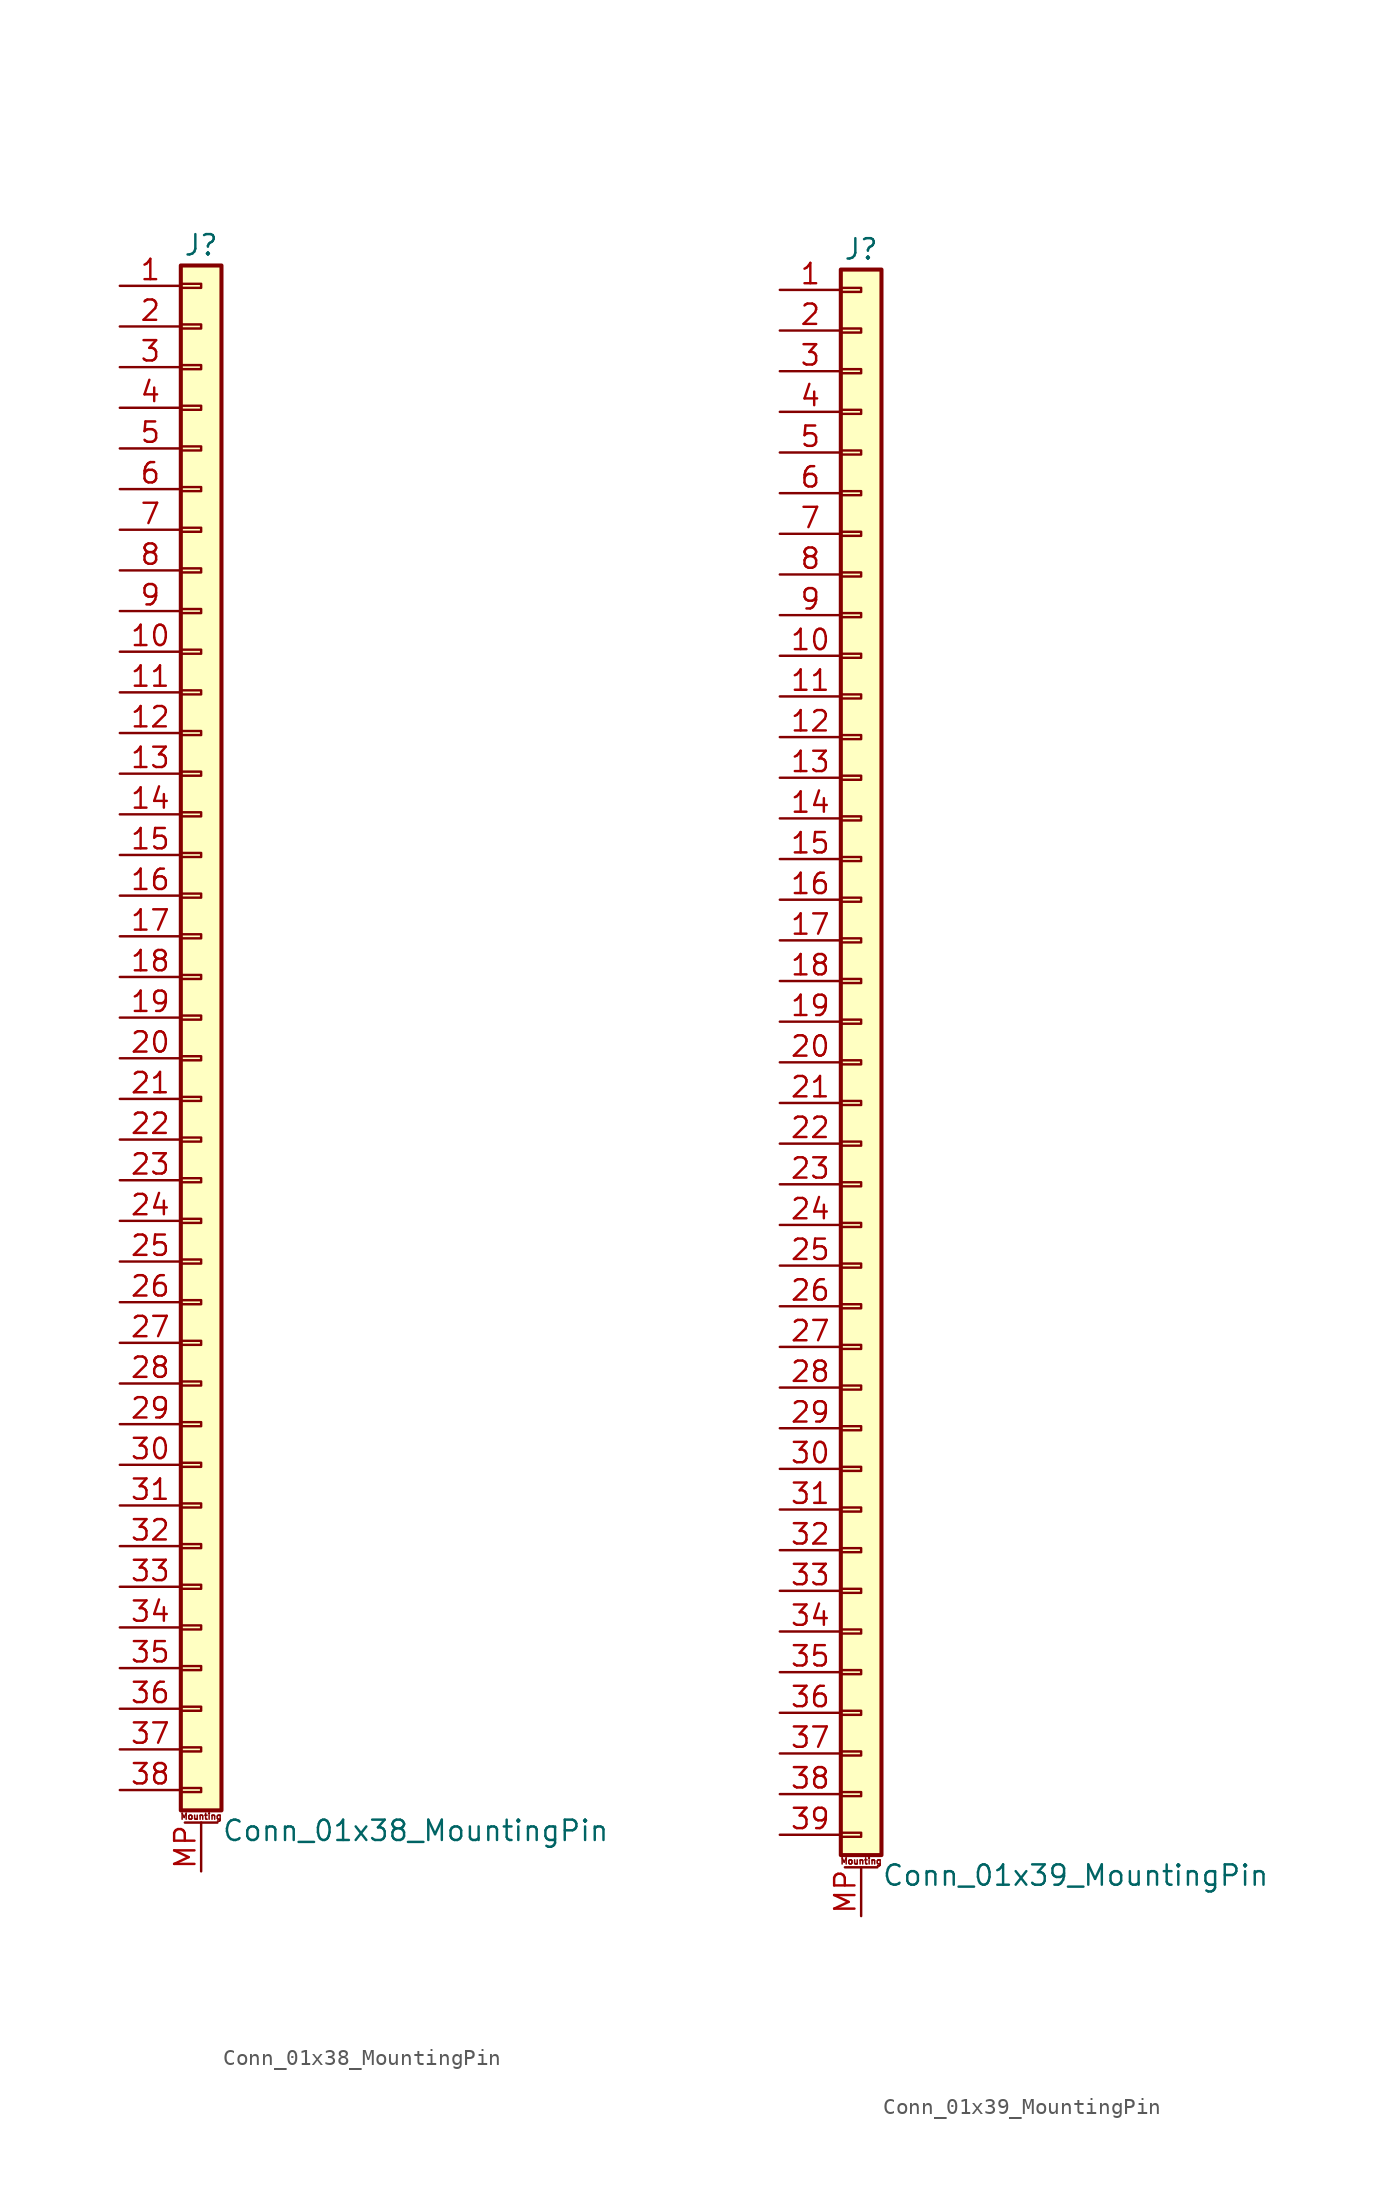
<source format=kicad_sym>
(kicad_symbol_lib
  (version 20201005)
  (generator kicad_symbol_editor)
  (symbol "Conn_01x38_MountingPin"
    (pin_names
      (offset 1.016) hide)
    (property "Reference" "J"
      (at 0 48.26 0)
      (effects (font (size 1.27 1.27))))
    (property "Value" "Conn_01x38_MountingPin"
      (at 1.27 -50.8 0)
      (effects (font (size 1.27 1.27)) (justify left)))
    (symbol "Conn_01x38_MountingPin_1_1"
      (text "Mounting" (at 0 -49.911 0) (effects (font (size 0.381 0.381))))
      (rectangle (start -1.27 -48.133) (end 0 -48.387) (stroke (width 0.152)) (fill (type none)))
      (rectangle (start -1.27 -45.593) (end 0 -45.847) (stroke (width 0.152)) (fill (type none)))
      (rectangle (start -1.27 -43.053) (end 0 -43.307) (stroke (width 0.152)) (fill (type none)))
      (rectangle (start -1.27 -40.513) (end 0 -40.767) (stroke (width 0.152)) (fill (type none)))
      (rectangle (start -1.27 -37.973) (end 0 -38.227) (stroke (width 0.152)) (fill (type none)))
      (rectangle (start -1.27 -35.433) (end 0 -35.687) (stroke (width 0.152)) (fill (type none)))
      (rectangle (start -1.27 -32.893) (end 0 -33.147) (stroke (width 0.152)) (fill (type none)))
      (rectangle (start -1.27 -30.353) (end 0 -30.607) (stroke (width 0.152)) (fill (type none)))
      (rectangle (start -1.27 -27.813) (end 0 -28.067) (stroke (width 0.152)) (fill (type none)))
      (rectangle (start -1.27 -25.273) (end 0 -25.527) (stroke (width 0.152)) (fill (type none)))
      (rectangle (start -1.27 -22.733) (end 0 -22.987) (stroke (width 0.152)) (fill (type none)))
      (rectangle (start -1.27 -20.193) (end 0 -20.447) (stroke (width 0.152)) (fill (type none)))
      (rectangle (start -1.27 -17.653) (end 0 -17.907) (stroke (width 0.152)) (fill (type none)))
      (rectangle (start -1.27 -15.113) (end 0 -15.367) (stroke (width 0.152)) (fill (type none)))
      (rectangle (start -1.27 -12.573) (end 0 -12.827) (stroke (width 0.152)) (fill (type none)))
      (rectangle (start -1.27 -10.033) (end 0 -10.287) (stroke (width 0.152)) (fill (type none)))
      (rectangle (start -1.27 -7.493) (end 0 -7.747) (stroke (width 0.152)) (fill (type none)))
      (rectangle (start -1.27 -4.953) (end 0 -5.207) (stroke (width 0.152)) (fill (type none)))
      (rectangle (start -1.27 -2.413) (end 0 -2.667) (stroke (width 0.152)) (fill (type none)))
      (rectangle (start -1.27 0.127) (end 0 -0.127) (stroke (width 0.152)) (fill (type none)))
      (rectangle (start -1.27 2.667) (end 0 2.413) (stroke (width 0.152)) (fill (type none)))
      (rectangle (start -1.27 5.207) (end 0 4.953) (stroke (width 0.152)) (fill (type none)))
      (rectangle (start -1.27 7.747) (end 0 7.493) (stroke (width 0.152)) (fill (type none)))
      (rectangle (start -1.27 10.287) (end 0 10.033) (stroke (width 0.152)) (fill (type none)))
      (rectangle (start -1.27 12.827) (end 0 12.573) (stroke (width 0.152)) (fill (type none)))
      (rectangle (start -1.27 15.367) (end 0 15.113) (stroke (width 0.152)) (fill (type none)))
      (rectangle (start -1.27 17.907) (end 0 17.653) (stroke (width 0.152)) (fill (type none)))
      (rectangle (start -1.27 20.447) (end 0 20.193) (stroke (width 0.152)) (fill (type none)))
      (rectangle (start -1.27 22.987) (end 0 22.733) (stroke (width 0.152)) (fill (type none)))
      (rectangle (start -1.27 25.527) (end 0 25.273) (stroke (width 0.152)) (fill (type none)))
      (rectangle (start -1.27 28.067) (end 0 27.813) (stroke (width 0.152)) (fill (type none)))
      (rectangle (start -1.27 30.607) (end 0 30.353) (stroke (width 0.152)) (fill (type none)))
      (rectangle (start -1.27 33.147) (end 0 32.893) (stroke (width 0.152)) (fill (type none)))
      (rectangle (start -1.27 35.687) (end 0 35.433) (stroke (width 0.152)) (fill (type none)))
      (rectangle (start -1.27 38.227) (end 0 37.973) (stroke (width 0.152)) (fill (type none)))
      (rectangle (start -1.27 40.767) (end 0 40.513) (stroke (width 0.152)) (fill (type none)))
      (rectangle (start -1.27 43.307) (end 0 43.053) (stroke (width 0.152)) (fill (type none)))
      (rectangle (start -1.27 45.847) (end 0 45.593) (stroke (width 0.152)) (fill (type none)))
      (rectangle (start -1.27 46.99) (end 1.27 -49.53) (stroke (width 0.254)) (fill (type background)))
      (polyline (pts (xy -1.016 -50.292) (xy 1.016 -50.292)) (stroke (width 0.152)) (fill (type none)))
      (pin passive line (at -5.08 45.72 0) (length 3.81) (name "Pin_1" (effects (font (size 1.27 1.27)))) (number "1" (effects (font (size 1.27 1.27)))))
      (pin passive line (at -5.08 22.86 0) (length 3.81) (name "Pin_10" (effects (font (size 1.27 1.27)))) (number "10" (effects (font (size 1.27 1.27)))))
      (pin passive line (at -5.08 20.32 0) (length 3.81) (name "Pin_11" (effects (font (size 1.27 1.27)))) (number "11" (effects (font (size 1.27 1.27)))))
      (pin passive line (at -5.08 17.78 0) (length 3.81) (name "Pin_12" (effects (font (size 1.27 1.27)))) (number "12" (effects (font (size 1.27 1.27)))))
      (pin passive line (at -5.08 15.24 0) (length 3.81) (name "Pin_13" (effects (font (size 1.27 1.27)))) (number "13" (effects (font (size 1.27 1.27)))))
      (pin passive line (at -5.08 12.7 0) (length 3.81) (name "Pin_14" (effects (font (size 1.27 1.27)))) (number "14" (effects (font (size 1.27 1.27)))))
      (pin passive line (at -5.08 10.16 0) (length 3.81) (name "Pin_15" (effects (font (size 1.27 1.27)))) (number "15" (effects (font (size 1.27 1.27)))))
      (pin passive line (at -5.08 7.62 0) (length 3.81) (name "Pin_16" (effects (font (size 1.27 1.27)))) (number "16" (effects (font (size 1.27 1.27)))))
      (pin passive line (at -5.08 5.08 0) (length 3.81) (name "Pin_17" (effects (font (size 1.27 1.27)))) (number "17" (effects (font (size 1.27 1.27)))))
      (pin passive line (at -5.08 2.54 0) (length 3.81) (name "Pin_18" (effects (font (size 1.27 1.27)))) (number "18" (effects (font (size 1.27 1.27)))))
      (pin passive line (at -5.08 0 0) (length 3.81) (name "Pin_19" (effects (font (size 1.27 1.27)))) (number "19" (effects (font (size 1.27 1.27)))))
      (pin passive line (at -5.08 43.18 0) (length 3.81) (name "Pin_2" (effects (font (size 1.27 1.27)))) (number "2" (effects (font (size 1.27 1.27)))))
      (pin passive line (at -5.08 -2.54 0) (length 3.81) (name "Pin_20" (effects (font (size 1.27 1.27)))) (number "20" (effects (font (size 1.27 1.27)))))
      (pin passive line (at -5.08 -5.08 0) (length 3.81) (name "Pin_21" (effects (font (size 1.27 1.27)))) (number "21" (effects (font (size 1.27 1.27)))))
      (pin passive line (at -5.08 -7.62 0) (length 3.81) (name "Pin_22" (effects (font (size 1.27 1.27)))) (number "22" (effects (font (size 1.27 1.27)))))
      (pin passive line (at -5.08 -10.16 0) (length 3.81) (name "Pin_23" (effects (font (size 1.27 1.27)))) (number "23" (effects (font (size 1.27 1.27)))))
      (pin passive line (at -5.08 -12.7 0) (length 3.81) (name "Pin_24" (effects (font (size 1.27 1.27)))) (number "24" (effects (font (size 1.27 1.27)))))
      (pin passive line (at -5.08 -15.24 0) (length 3.81) (name "Pin_25" (effects (font (size 1.27 1.27)))) (number "25" (effects (font (size 1.27 1.27)))))
      (pin passive line (at -5.08 -17.78 0) (length 3.81) (name "Pin_26" (effects (font (size 1.27 1.27)))) (number "26" (effects (font (size 1.27 1.27)))))
      (pin passive line (at -5.08 -20.32 0) (length 3.81) (name "Pin_27" (effects (font (size 1.27 1.27)))) (number "27" (effects (font (size 1.27 1.27)))))
      (pin passive line (at -5.08 -22.86 0) (length 3.81) (name "Pin_28" (effects (font (size 1.27 1.27)))) (number "28" (effects (font (size 1.27 1.27)))))
      (pin passive line (at -5.08 -25.4 0) (length 3.81) (name "Pin_29" (effects (font (size 1.27 1.27)))) (number "29" (effects (font (size 1.27 1.27)))))
      (pin passive line (at -5.08 40.64 0) (length 3.81) (name "Pin_3" (effects (font (size 1.27 1.27)))) (number "3" (effects (font (size 1.27 1.27)))))
      (pin passive line (at -5.08 -27.94 0) (length 3.81) (name "Pin_30" (effects (font (size 1.27 1.27)))) (number "30" (effects (font (size 1.27 1.27)))))
      (pin passive line (at -5.08 -30.48 0) (length 3.81) (name "Pin_31" (effects (font (size 1.27 1.27)))) (number "31" (effects (font (size 1.27 1.27)))))
      (pin passive line (at -5.08 -33.02 0) (length 3.81) (name "Pin_32" (effects (font (size 1.27 1.27)))) (number "32" (effects (font (size 1.27 1.27)))))
      (pin passive line (at -5.08 -35.56 0) (length 3.81) (name "Pin_33" (effects (font (size 1.27 1.27)))) (number "33" (effects (font (size 1.27 1.27)))))
      (pin passive line (at -5.08 -38.1 0) (length 3.81) (name "Pin_34" (effects (font (size 1.27 1.27)))) (number "34" (effects (font (size 1.27 1.27)))))
      (pin passive line (at -5.08 -40.64 0) (length 3.81) (name "Pin_35" (effects (font (size 1.27 1.27)))) (number "35" (effects (font (size 1.27 1.27)))))
      (pin passive line (at -5.08 -43.18 0) (length 3.81) (name "Pin_36" (effects (font (size 1.27 1.27)))) (number "36" (effects (font (size 1.27 1.27)))))
      (pin passive line (at -5.08 -45.72 0) (length 3.81) (name "Pin_37" (effects (font (size 1.27 1.27)))) (number "37" (effects (font (size 1.27 1.27)))))
      (pin passive line (at -5.08 -48.26 0) (length 3.81) (name "Pin_38" (effects (font (size 1.27 1.27)))) (number "38" (effects (font (size 1.27 1.27)))))
      (pin passive line (at -5.08 38.1 0) (length 3.81) (name "Pin_4" (effects (font (size 1.27 1.27)))) (number "4" (effects (font (size 1.27 1.27)))))
      (pin passive line (at -5.08 35.56 0) (length 3.81) (name "Pin_5" (effects (font (size 1.27 1.27)))) (number "5" (effects (font (size 1.27 1.27)))))
      (pin passive line (at -5.08 33.02 0) (length 3.81) (name "Pin_6" (effects (font (size 1.27 1.27)))) (number "6" (effects (font (size 1.27 1.27)))))
      (pin passive line (at -5.08 30.48 0) (length 3.81) (name "Pin_7" (effects (font (size 1.27 1.27)))) (number "7" (effects (font (size 1.27 1.27)))))
      (pin passive line (at -5.08 27.94 0) (length 3.81) (name "Pin_8" (effects (font (size 1.27 1.27)))) (number "8" (effects (font (size 1.27 1.27)))))
      (pin passive line (at -5.08 25.4 0) (length 3.81) (name "Pin_9" (effects (font (size 1.27 1.27)))) (number "9" (effects (font (size 1.27 1.27)))))
      (pin passive line (at 0 -53.34 90) (length 3.048) (name "MountPin" (effects (font (size 1.27 1.27)))) (number "MP" (effects (font (size 1.27 1.27)))))))
  (symbol "Conn_01x39_MountingPin"
    (pin_names
      (offset 1.016) hide)
    (property "Reference" "J"
      (at 0 50.8 0)
      (effects (font (size 1.27 1.27))))
    (property "Value" "Conn_01x39_MountingPin"
      (at 1.27 -50.8 0)
      (effects (font (size 1.27 1.27)) (justify left)))
    (symbol "Conn_01x39_MountingPin_1_1"
      (text "Mounting" (at 0 -49.911 0) (effects (font (size 0.381 0.381))))
      (rectangle (start -1.27 -48.133) (end 0 -48.387) (stroke (width 0.152)) (fill (type none)))
      (rectangle (start -1.27 -45.593) (end 0 -45.847) (stroke (width 0.152)) (fill (type none)))
      (rectangle (start -1.27 -43.053) (end 0 -43.307) (stroke (width 0.152)) (fill (type none)))
      (rectangle (start -1.27 -40.513) (end 0 -40.767) (stroke (width 0.152)) (fill (type none)))
      (rectangle (start -1.27 -37.973) (end 0 -38.227) (stroke (width 0.152)) (fill (type none)))
      (rectangle (start -1.27 -35.433) (end 0 -35.687) (stroke (width 0.152)) (fill (type none)))
      (rectangle (start -1.27 -32.893) (end 0 -33.147) (stroke (width 0.152)) (fill (type none)))
      (rectangle (start -1.27 -30.353) (end 0 -30.607) (stroke (width 0.152)) (fill (type none)))
      (rectangle (start -1.27 -27.813) (end 0 -28.067) (stroke (width 0.152)) (fill (type none)))
      (rectangle (start -1.27 -25.273) (end 0 -25.527) (stroke (width 0.152)) (fill (type none)))
      (rectangle (start -1.27 -22.733) (end 0 -22.987) (stroke (width 0.152)) (fill (type none)))
      (rectangle (start -1.27 -20.193) (end 0 -20.447) (stroke (width 0.152)) (fill (type none)))
      (rectangle (start -1.27 -17.653) (end 0 -17.907) (stroke (width 0.152)) (fill (type none)))
      (rectangle (start -1.27 -15.113) (end 0 -15.367) (stroke (width 0.152)) (fill (type none)))
      (rectangle (start -1.27 -12.573) (end 0 -12.827) (stroke (width 0.152)) (fill (type none)))
      (rectangle (start -1.27 -10.033) (end 0 -10.287) (stroke (width 0.152)) (fill (type none)))
      (rectangle (start -1.27 -7.493) (end 0 -7.747) (stroke (width 0.152)) (fill (type none)))
      (rectangle (start -1.27 -4.953) (end 0 -5.207) (stroke (width 0.152)) (fill (type none)))
      (rectangle (start -1.27 -2.413) (end 0 -2.667) (stroke (width 0.152)) (fill (type none)))
      (rectangle (start -1.27 0.127) (end 0 -0.127) (stroke (width 0.152)) (fill (type none)))
      (rectangle (start -1.27 2.667) (end 0 2.413) (stroke (width 0.152)) (fill (type none)))
      (rectangle (start -1.27 5.207) (end 0 4.953) (stroke (width 0.152)) (fill (type none)))
      (rectangle (start -1.27 7.747) (end 0 7.493) (stroke (width 0.152)) (fill (type none)))
      (rectangle (start -1.27 10.287) (end 0 10.033) (stroke (width 0.152)) (fill (type none)))
      (rectangle (start -1.27 12.827) (end 0 12.573) (stroke (width 0.152)) (fill (type none)))
      (rectangle (start -1.27 15.367) (end 0 15.113) (stroke (width 0.152)) (fill (type none)))
      (rectangle (start -1.27 17.907) (end 0 17.653) (stroke (width 0.152)) (fill (type none)))
      (rectangle (start -1.27 20.447) (end 0 20.193) (stroke (width 0.152)) (fill (type none)))
      (rectangle (start -1.27 22.987) (end 0 22.733) (stroke (width 0.152)) (fill (type none)))
      (rectangle (start -1.27 25.527) (end 0 25.273) (stroke (width 0.152)) (fill (type none)))
      (rectangle (start -1.27 28.067) (end 0 27.813) (stroke (width 0.152)) (fill (type none)))
      (rectangle (start -1.27 30.607) (end 0 30.353) (stroke (width 0.152)) (fill (type none)))
      (rectangle (start -1.27 33.147) (end 0 32.893) (stroke (width 0.152)) (fill (type none)))
      (rectangle (start -1.27 35.687) (end 0 35.433) (stroke (width 0.152)) (fill (type none)))
      (rectangle (start -1.27 38.227) (end 0 37.973) (stroke (width 0.152)) (fill (type none)))
      (rectangle (start -1.27 40.767) (end 0 40.513) (stroke (width 0.152)) (fill (type none)))
      (rectangle (start -1.27 43.307) (end 0 43.053) (stroke (width 0.152)) (fill (type none)))
      (rectangle (start -1.27 45.847) (end 0 45.593) (stroke (width 0.152)) (fill (type none)))
      (rectangle (start -1.27 48.387) (end 0 48.133) (stroke (width 0.152)) (fill (type none)))
      (rectangle (start -1.27 49.53) (end 1.27 -49.53) (stroke (width 0.254)) (fill (type background)))
      (polyline (pts (xy -1.016 -50.292) (xy 1.016 -50.292)) (stroke (width 0.152)) (fill (type none)))
      (pin passive line (at -5.08 48.26 0) (length 3.81) (name "Pin_1" (effects (font (size 1.27 1.27)))) (number "1" (effects (font (size 1.27 1.27)))))
      (pin passive line (at -5.08 25.4 0) (length 3.81) (name "Pin_10" (effects (font (size 1.27 1.27)))) (number "10" (effects (font (size 1.27 1.27)))))
      (pin passive line (at -5.08 22.86 0) (length 3.81) (name "Pin_11" (effects (font (size 1.27 1.27)))) (number "11" (effects (font (size 1.27 1.27)))))
      (pin passive line (at -5.08 20.32 0) (length 3.81) (name "Pin_12" (effects (font (size 1.27 1.27)))) (number "12" (effects (font (size 1.27 1.27)))))
      (pin passive line (at -5.08 17.78 0) (length 3.81) (name "Pin_13" (effects (font (size 1.27 1.27)))) (number "13" (effects (font (size 1.27 1.27)))))
      (pin passive line (at -5.08 15.24 0) (length 3.81) (name "Pin_14" (effects (font (size 1.27 1.27)))) (number "14" (effects (font (size 1.27 1.27)))))
      (pin passive line (at -5.08 12.7 0) (length 3.81) (name "Pin_15" (effects (font (size 1.27 1.27)))) (number "15" (effects (font (size 1.27 1.27)))))
      (pin passive line (at -5.08 10.16 0) (length 3.81) (name "Pin_16" (effects (font (size 1.27 1.27)))) (number "16" (effects (font (size 1.27 1.27)))))
      (pin passive line (at -5.08 7.62 0) (length 3.81) (name "Pin_17" (effects (font (size 1.27 1.27)))) (number "17" (effects (font (size 1.27 1.27)))))
      (pin passive line (at -5.08 5.08 0) (length 3.81) (name "Pin_18" (effects (font (size 1.27 1.27)))) (number "18" (effects (font (size 1.27 1.27)))))
      (pin passive line (at -5.08 2.54 0) (length 3.81) (name "Pin_19" (effects (font (size 1.27 1.27)))) (number "19" (effects (font (size 1.27 1.27)))))
      (pin passive line (at -5.08 45.72 0) (length 3.81) (name "Pin_2" (effects (font (size 1.27 1.27)))) (number "2" (effects (font (size 1.27 1.27)))))
      (pin passive line (at -5.08 0 0) (length 3.81) (name "Pin_20" (effects (font (size 1.27 1.27)))) (number "20" (effects (font (size 1.27 1.27)))))
      (pin passive line (at -5.08 -2.54 0) (length 3.81) (name "Pin_21" (effects (font (size 1.27 1.27)))) (number "21" (effects (font (size 1.27 1.27)))))
      (pin passive line (at -5.08 -5.08 0) (length 3.81) (name "Pin_22" (effects (font (size 1.27 1.27)))) (number "22" (effects (font (size 1.27 1.27)))))
      (pin passive line (at -5.08 -7.62 0) (length 3.81) (name "Pin_23" (effects (font (size 1.27 1.27)))) (number "23" (effects (font (size 1.27 1.27)))))
      (pin passive line (at -5.08 -10.16 0) (length 3.81) (name "Pin_24" (effects (font (size 1.27 1.27)))) (number "24" (effects (font (size 1.27 1.27)))))
      (pin passive line (at -5.08 -12.7 0) (length 3.81) (name "Pin_25" (effects (font (size 1.27 1.27)))) (number "25" (effects (font (size 1.27 1.27)))))
      (pin passive line (at -5.08 -15.24 0) (length 3.81) (name "Pin_26" (effects (font (size 1.27 1.27)))) (number "26" (effects (font (size 1.27 1.27)))))
      (pin passive line (at -5.08 -17.78 0) (length 3.81) (name "Pin_27" (effects (font (size 1.27 1.27)))) (number "27" (effects (font (size 1.27 1.27)))))
      (pin passive line (at -5.08 -20.32 0) (length 3.81) (name "Pin_28" (effects (font (size 1.27 1.27)))) (number "28" (effects (font (size 1.27 1.27)))))
      (pin passive line (at -5.08 -22.86 0) (length 3.81) (name "Pin_29" (effects (font (size 1.27 1.27)))) (number "29" (effects (font (size 1.27 1.27)))))
      (pin passive line (at -5.08 43.18 0) (length 3.81) (name "Pin_3" (effects (font (size 1.27 1.27)))) (number "3" (effects (font (size 1.27 1.27)))))
      (pin passive line (at -5.08 -25.4 0) (length 3.81) (name "Pin_30" (effects (font (size 1.27 1.27)))) (number "30" (effects (font (size 1.27 1.27)))))
      (pin passive line (at -5.08 -27.94 0) (length 3.81) (name "Pin_31" (effects (font (size 1.27 1.27)))) (number "31" (effects (font (size 1.27 1.27)))))
      (pin passive line (at -5.08 -30.48 0) (length 3.81) (name "Pin_32" (effects (font (size 1.27 1.27)))) (number "32" (effects (font (size 1.27 1.27)))))
      (pin passive line (at -5.08 -33.02 0) (length 3.81) (name "Pin_33" (effects (font (size 1.27 1.27)))) (number "33" (effects (font (size 1.27 1.27)))))
      (pin passive line (at -5.08 -35.56 0) (length 3.81) (name "Pin_34" (effects (font (size 1.27 1.27)))) (number "34" (effects (font (size 1.27 1.27)))))
      (pin passive line (at -5.08 -38.1 0) (length 3.81) (name "Pin_35" (effects (font (size 1.27 1.27)))) (number "35" (effects (font (size 1.27 1.27)))))
      (pin passive line (at -5.08 -40.64 0) (length 3.81) (name "Pin_36" (effects (font (size 1.27 1.27)))) (number "36" (effects (font (size 1.27 1.27)))))
      (pin passive line (at -5.08 -43.18 0) (length 3.81) (name "Pin_37" (effects (font (size 1.27 1.27)))) (number "37" (effects (font (size 1.27 1.27)))))
      (pin passive line (at -5.08 -45.72 0) (length 3.81) (name "Pin_38" (effects (font (size 1.27 1.27)))) (number "38" (effects (font (size 1.27 1.27)))))
      (pin passive line (at -5.08 -48.26 0) (length 3.81) (name "Pin_39" (effects (font (size 1.27 1.27)))) (number "39" (effects (font (size 1.27 1.27)))))
      (pin passive line (at -5.08 40.64 0) (length 3.81) (name "Pin_4" (effects (font (size 1.27 1.27)))) (number "4" (effects (font (size 1.27 1.27)))))
      (pin passive line (at -5.08 38.1 0) (length 3.81) (name "Pin_5" (effects (font (size 1.27 1.27)))) (number "5" (effects (font (size 1.27 1.27)))))
      (pin passive line (at -5.08 35.56 0) (length 3.81) (name "Pin_6" (effects (font (size 1.27 1.27)))) (number "6" (effects (font (size 1.27 1.27)))))
      (pin passive line (at -5.08 33.02 0) (length 3.81) (name "Pin_7" (effects (font (size 1.27 1.27)))) (number "7" (effects (font (size 1.27 1.27)))))
      (pin passive line (at -5.08 30.48 0) (length 3.81) (name "Pin_8" (effects (font (size 1.27 1.27)))) (number "8" (effects (font (size 1.27 1.27)))))
      (pin passive line (at -5.08 27.94 0) (length 3.81) (name "Pin_9" (effects (font (size 1.27 1.27)))) (number "9" (effects (font (size 1.27 1.27)))))
      (pin passive line (at 0 -53.34 90) (length 3.048) (name "MountPin" (effects (font (size 1.27 1.27)))) (number "MP" (effects (font (size 1.27 1.27))))))))
</source>
